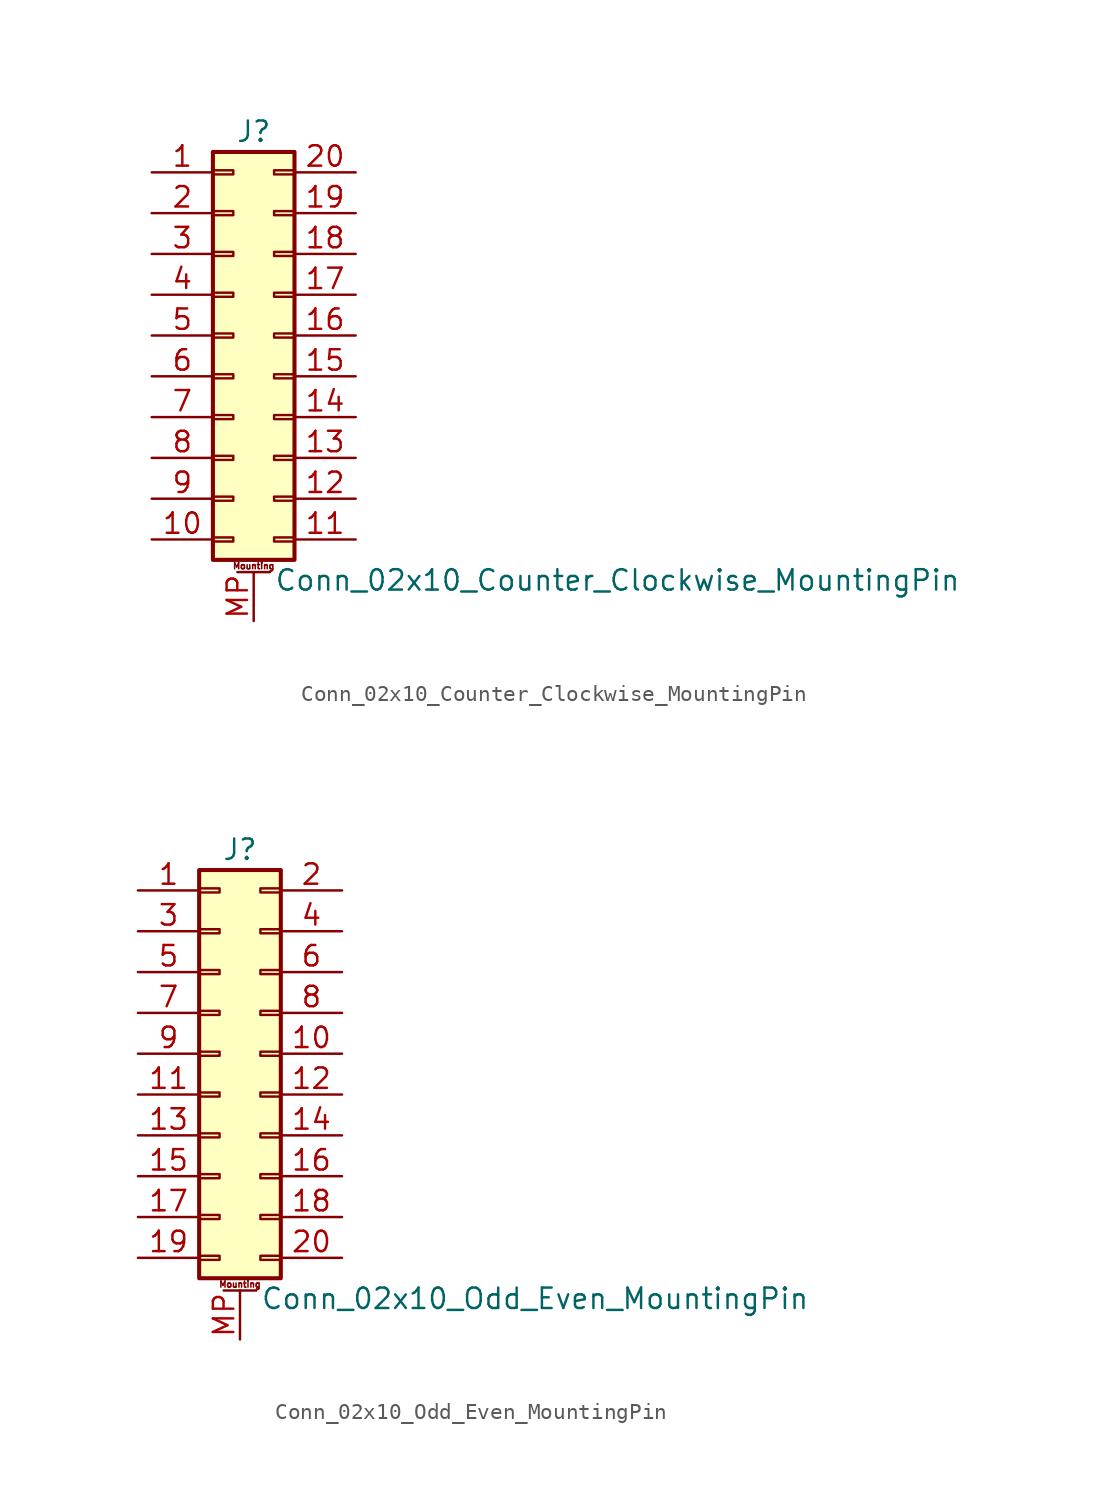
<source format=kicad_sym>
(kicad_symbol_lib
  (version 20201005)
  (generator kicad_symbol_editor)
  (symbol "Connector_Generic_MountingPin:Conn_02x10_Counter_Clockwise_MountingPin"
    (pin_names
      (offset 1.016) hide)
    (property "Reference" "J"
      (at 1.27 12.7 0)
      (effects (font (size 1.27 1.27))))
    (property "Value" "Conn_02x10_Counter_Clockwise_MountingPin"
      (at 2.54 -15.24 0)
      (effects (font (size 1.27 1.27)) (justify left)))
    (symbol "Conn_02x10_Counter_Clockwise_MountingPin_1_1"
      (text "Mounting" (at 1.27 -14.351 0) (effects (font (size 0.381 0.381))))
      (rectangle (start -1.27 -4.953) (end 0 -5.207) (stroke (width 0.152)) (fill (type none)))
      (rectangle (start -1.27 -7.493) (end 0 -7.747) (stroke (width 0.152)) (fill (type none)))
      (rectangle (start -1.27 -10.033) (end 0 -10.287) (stroke (width 0.152)) (fill (type none)))
      (rectangle (start -1.27 -12.573) (end 0 -12.827) (stroke (width 0.152)) (fill (type none)))
      (rectangle (start -1.27 -2.413) (end 0 -2.667) (stroke (width 0.152)) (fill (type none)))
      (rectangle (start -1.27 2.667) (end 0 2.413) (stroke (width 0.152)) (fill (type none)))
      (rectangle (start -1.27 5.207) (end 0 4.953) (stroke (width 0.152)) (fill (type none)))
      (rectangle (start -1.27 7.747) (end 0 7.493) (stroke (width 0.152)) (fill (type none)))
      (rectangle (start -1.27 10.287) (end 0 10.033) (stroke (width 0.152)) (fill (type none)))
      (rectangle (start -1.27 11.43) (end 3.81 -13.97) (stroke (width 0.254)) (fill (type background)))
      (rectangle (start -1.27 0.127) (end 0 -0.127) (stroke (width 0.152)) (fill (type none)))
      (rectangle (start 3.81 -4.953) (end 2.54 -5.207) (stroke (width 0.152)) (fill (type none)))
      (rectangle (start 3.81 -7.493) (end 2.54 -7.747) (stroke (width 0.152)) (fill (type none)))
      (rectangle (start 3.81 -10.033) (end 2.54 -10.287) (stroke (width 0.152)) (fill (type none)))
      (rectangle (start 3.81 -12.573) (end 2.54 -12.827) (stroke (width 0.152)) (fill (type none)))
      (rectangle (start 3.81 -2.413) (end 2.54 -2.667) (stroke (width 0.152)) (fill (type none)))
      (rectangle (start 3.81 2.667) (end 2.54 2.413) (stroke (width 0.152)) (fill (type none)))
      (rectangle (start 3.81 5.207) (end 2.54 4.953) (stroke (width 0.152)) (fill (type none)))
      (rectangle (start 3.81 7.747) (end 2.54 7.493) (stroke (width 0.152)) (fill (type none)))
      (rectangle (start 3.81 10.287) (end 2.54 10.033) (stroke (width 0.152)) (fill (type none)))
      (rectangle (start 3.81 0.127) (end 2.54 -0.127) (stroke (width 0.152)) (fill (type none)))
      (polyline (pts (xy 0.254 -14.732) (xy 2.286 -14.732)) (stroke (width 0.152)) (fill (type none)))
      (pin passive line (at 1.27 -17.78 90) (length 3.048) (name "MountPin" (effects (font (size 1.27 1.27)))) (number "MP" (effects (font (size 1.27 1.27)))))
      (pin passive line (at -5.08 10.16 0) (length 3.81) (name "Pin_1" (effects (font (size 1.27 1.27)))) (number "1" (effects (font (size 1.27 1.27)))))
      (pin passive line (at -5.08 -12.7 0) (length 3.81) (name "Pin_10" (effects (font (size 1.27 1.27)))) (number "10" (effects (font (size 1.27 1.27)))))
      (pin passive line (at 7.62 -12.7 180) (length 3.81) (name "Pin_11" (effects (font (size 1.27 1.27)))) (number "11" (effects (font (size 1.27 1.27)))))
      (pin passive line (at 7.62 -10.16 180) (length 3.81) (name "Pin_12" (effects (font (size 1.27 1.27)))) (number "12" (effects (font (size 1.27 1.27)))))
      (pin passive line (at 7.62 -7.62 180) (length 3.81) (name "Pin_13" (effects (font (size 1.27 1.27)))) (number "13" (effects (font (size 1.27 1.27)))))
      (pin passive line (at 7.62 -5.08 180) (length 3.81) (name "Pin_14" (effects (font (size 1.27 1.27)))) (number "14" (effects (font (size 1.27 1.27)))))
      (pin passive line (at 7.62 -2.54 180) (length 3.81) (name "Pin_15" (effects (font (size 1.27 1.27)))) (number "15" (effects (font (size 1.27 1.27)))))
      (pin passive line (at 7.62 0 180) (length 3.81) (name "Pin_16" (effects (font (size 1.27 1.27)))) (number "16" (effects (font (size 1.27 1.27)))))
      (pin passive line (at 7.62 2.54 180) (length 3.81) (name "Pin_17" (effects (font (size 1.27 1.27)))) (number "17" (effects (font (size 1.27 1.27)))))
      (pin passive line (at 7.62 5.08 180) (length 3.81) (name "Pin_18" (effects (font (size 1.27 1.27)))) (number "18" (effects (font (size 1.27 1.27)))))
      (pin passive line (at 7.62 7.62 180) (length 3.81) (name "Pin_19" (effects (font (size 1.27 1.27)))) (number "19" (effects (font (size 1.27 1.27)))))
      (pin passive line (at -5.08 7.62 0) (length 3.81) (name "Pin_2" (effects (font (size 1.27 1.27)))) (number "2" (effects (font (size 1.27 1.27)))))
      (pin passive line (at 7.62 10.16 180) (length 3.81) (name "Pin_20" (effects (font (size 1.27 1.27)))) (number "20" (effects (font (size 1.27 1.27)))))
      (pin passive line (at -5.08 5.08 0) (length 3.81) (name "Pin_3" (effects (font (size 1.27 1.27)))) (number "3" (effects (font (size 1.27 1.27)))))
      (pin passive line (at -5.08 2.54 0) (length 3.81) (name "Pin_4" (effects (font (size 1.27 1.27)))) (number "4" (effects (font (size 1.27 1.27)))))
      (pin passive line (at -5.08 0 0) (length 3.81) (name "Pin_5" (effects (font (size 1.27 1.27)))) (number "5" (effects (font (size 1.27 1.27)))))
      (pin passive line (at -5.08 -2.54 0) (length 3.81) (name "Pin_6" (effects (font (size 1.27 1.27)))) (number "6" (effects (font (size 1.27 1.27)))))
      (pin passive line (at -5.08 -5.08 0) (length 3.81) (name "Pin_7" (effects (font (size 1.27 1.27)))) (number "7" (effects (font (size 1.27 1.27)))))
      (pin passive line (at -5.08 -7.62 0) (length 3.81) (name "Pin_8" (effects (font (size 1.27 1.27)))) (number "8" (effects (font (size 1.27 1.27)))))
      (pin passive line (at -5.08 -10.16 0) (length 3.81) (name "Pin_9" (effects (font (size 1.27 1.27)))) (number "9" (effects (font (size 1.27 1.27)))))))
  (symbol "Connector_Generic_MountingPin:Conn_02x10_Odd_Even_MountingPin"
    (pin_names
      (offset 1.016) hide)
    (property "Reference" "J"
      (at 1.27 12.7 0)
      (effects (font (size 1.27 1.27))))
    (property "Value" "Conn_02x10_Odd_Even_MountingPin"
      (at 2.54 -15.24 0)
      (effects (font (size 1.27 1.27)) (justify left)))
    (symbol "Conn_02x10_Odd_Even_MountingPin_1_1"
      (text "Mounting" (at 1.27 -14.351 0) (effects (font (size 0.381 0.381))))
      (rectangle (start -1.27 -4.953) (end 0 -5.207) (stroke (width 0.152)) (fill (type none)))
      (rectangle (start -1.27 -7.493) (end 0 -7.747) (stroke (width 0.152)) (fill (type none)))
      (rectangle (start -1.27 -10.033) (end 0 -10.287) (stroke (width 0.152)) (fill (type none)))
      (rectangle (start -1.27 -12.573) (end 0 -12.827) (stroke (width 0.152)) (fill (type none)))
      (rectangle (start -1.27 -2.413) (end 0 -2.667) (stroke (width 0.152)) (fill (type none)))
      (rectangle (start -1.27 2.667) (end 0 2.413) (stroke (width 0.152)) (fill (type none)))
      (rectangle (start -1.27 5.207) (end 0 4.953) (stroke (width 0.152)) (fill (type none)))
      (rectangle (start -1.27 7.747) (end 0 7.493) (stroke (width 0.152)) (fill (type none)))
      (rectangle (start -1.27 10.287) (end 0 10.033) (stroke (width 0.152)) (fill (type none)))
      (rectangle (start -1.27 11.43) (end 3.81 -13.97) (stroke (width 0.254)) (fill (type background)))
      (rectangle (start -1.27 0.127) (end 0 -0.127) (stroke (width 0.152)) (fill (type none)))
      (rectangle (start 3.81 -4.953) (end 2.54 -5.207) (stroke (width 0.152)) (fill (type none)))
      (rectangle (start 3.81 -7.493) (end 2.54 -7.747) (stroke (width 0.152)) (fill (type none)))
      (rectangle (start 3.81 -10.033) (end 2.54 -10.287) (stroke (width 0.152)) (fill (type none)))
      (rectangle (start 3.81 -12.573) (end 2.54 -12.827) (stroke (width 0.152)) (fill (type none)))
      (rectangle (start 3.81 -2.413) (end 2.54 -2.667) (stroke (width 0.152)) (fill (type none)))
      (rectangle (start 3.81 2.667) (end 2.54 2.413) (stroke (width 0.152)) (fill (type none)))
      (rectangle (start 3.81 5.207) (end 2.54 4.953) (stroke (width 0.152)) (fill (type none)))
      (rectangle (start 3.81 7.747) (end 2.54 7.493) (stroke (width 0.152)) (fill (type none)))
      (rectangle (start 3.81 10.287) (end 2.54 10.033) (stroke (width 0.152)) (fill (type none)))
      (rectangle (start 3.81 0.127) (end 2.54 -0.127) (stroke (width 0.152)) (fill (type none)))
      (polyline (pts (xy 0.254 -14.732) (xy 2.286 -14.732)) (stroke (width 0.152)) (fill (type none)))
      (pin passive line (at 1.27 -17.78 90) (length 3.048) (name "MountPin" (effects (font (size 1.27 1.27)))) (number "MP" (effects (font (size 1.27 1.27)))))
      (pin passive line (at -5.08 10.16 0) (length 3.81) (name "Pin_1" (effects (font (size 1.27 1.27)))) (number "1" (effects (font (size 1.27 1.27)))))
      (pin passive line (at 7.62 0 180) (length 3.81) (name "Pin_10" (effects (font (size 1.27 1.27)))) (number "10" (effects (font (size 1.27 1.27)))))
      (pin passive line (at -5.08 -2.54 0) (length 3.81) (name "Pin_11" (effects (font (size 1.27 1.27)))) (number "11" (effects (font (size 1.27 1.27)))))
      (pin passive line (at 7.62 -2.54 180) (length 3.81) (name "Pin_12" (effects (font (size 1.27 1.27)))) (number "12" (effects (font (size 1.27 1.27)))))
      (pin passive line (at -5.08 -5.08 0) (length 3.81) (name "Pin_13" (effects (font (size 1.27 1.27)))) (number "13" (effects (font (size 1.27 1.27)))))
      (pin passive line (at 7.62 -5.08 180) (length 3.81) (name "Pin_14" (effects (font (size 1.27 1.27)))) (number "14" (effects (font (size 1.27 1.27)))))
      (pin passive line (at -5.08 -7.62 0) (length 3.81) (name "Pin_15" (effects (font (size 1.27 1.27)))) (number "15" (effects (font (size 1.27 1.27)))))
      (pin passive line (at 7.62 -7.62 180) (length 3.81) (name "Pin_16" (effects (font (size 1.27 1.27)))) (number "16" (effects (font (size 1.27 1.27)))))
      (pin passive line (at -5.08 -10.16 0) (length 3.81) (name "Pin_17" (effects (font (size 1.27 1.27)))) (number "17" (effects (font (size 1.27 1.27)))))
      (pin passive line (at 7.62 -10.16 180) (length 3.81) (name "Pin_18" (effects (font (size 1.27 1.27)))) (number "18" (effects (font (size 1.27 1.27)))))
      (pin passive line (at -5.08 -12.7 0) (length 3.81) (name "Pin_19" (effects (font (size 1.27 1.27)))) (number "19" (effects (font (size 1.27 1.27)))))
      (pin passive line (at 7.62 10.16 180) (length 3.81) (name "Pin_2" (effects (font (size 1.27 1.27)))) (number "2" (effects (font (size 1.27 1.27)))))
      (pin passive line (at 7.62 -12.7 180) (length 3.81) (name "Pin_20" (effects (font (size 1.27 1.27)))) (number "20" (effects (font (size 1.27 1.27)))))
      (pin passive line (at -5.08 7.62 0) (length 3.81) (name "Pin_3" (effects (font (size 1.27 1.27)))) (number "3" (effects (font (size 1.27 1.27)))))
      (pin passive line (at 7.62 7.62 180) (length 3.81) (name "Pin_4" (effects (font (size 1.27 1.27)))) (number "4" (effects (font (size 1.27 1.27)))))
      (pin passive line (at -5.08 5.08 0) (length 3.81) (name "Pin_5" (effects (font (size 1.27 1.27)))) (number "5" (effects (font (size 1.27 1.27)))))
      (pin passive line (at 7.62 5.08 180) (length 3.81) (name "Pin_6" (effects (font (size 1.27 1.27)))) (number "6" (effects (font (size 1.27 1.27)))))
      (pin passive line (at -5.08 2.54 0) (length 3.81) (name "Pin_7" (effects (font (size 1.27 1.27)))) (number "7" (effects (font (size 1.27 1.27)))))
      (pin passive line (at 7.62 2.54 180) (length 3.81) (name "Pin_8" (effects (font (size 1.27 1.27)))) (number "8" (effects (font (size 1.27 1.27)))))
      (pin passive line (at -5.08 0 0) (length 3.81) (name "Pin_9" (effects (font (size 1.27 1.27)))) (number "9" (effects (font (size 1.27 1.27))))))))
</source>
